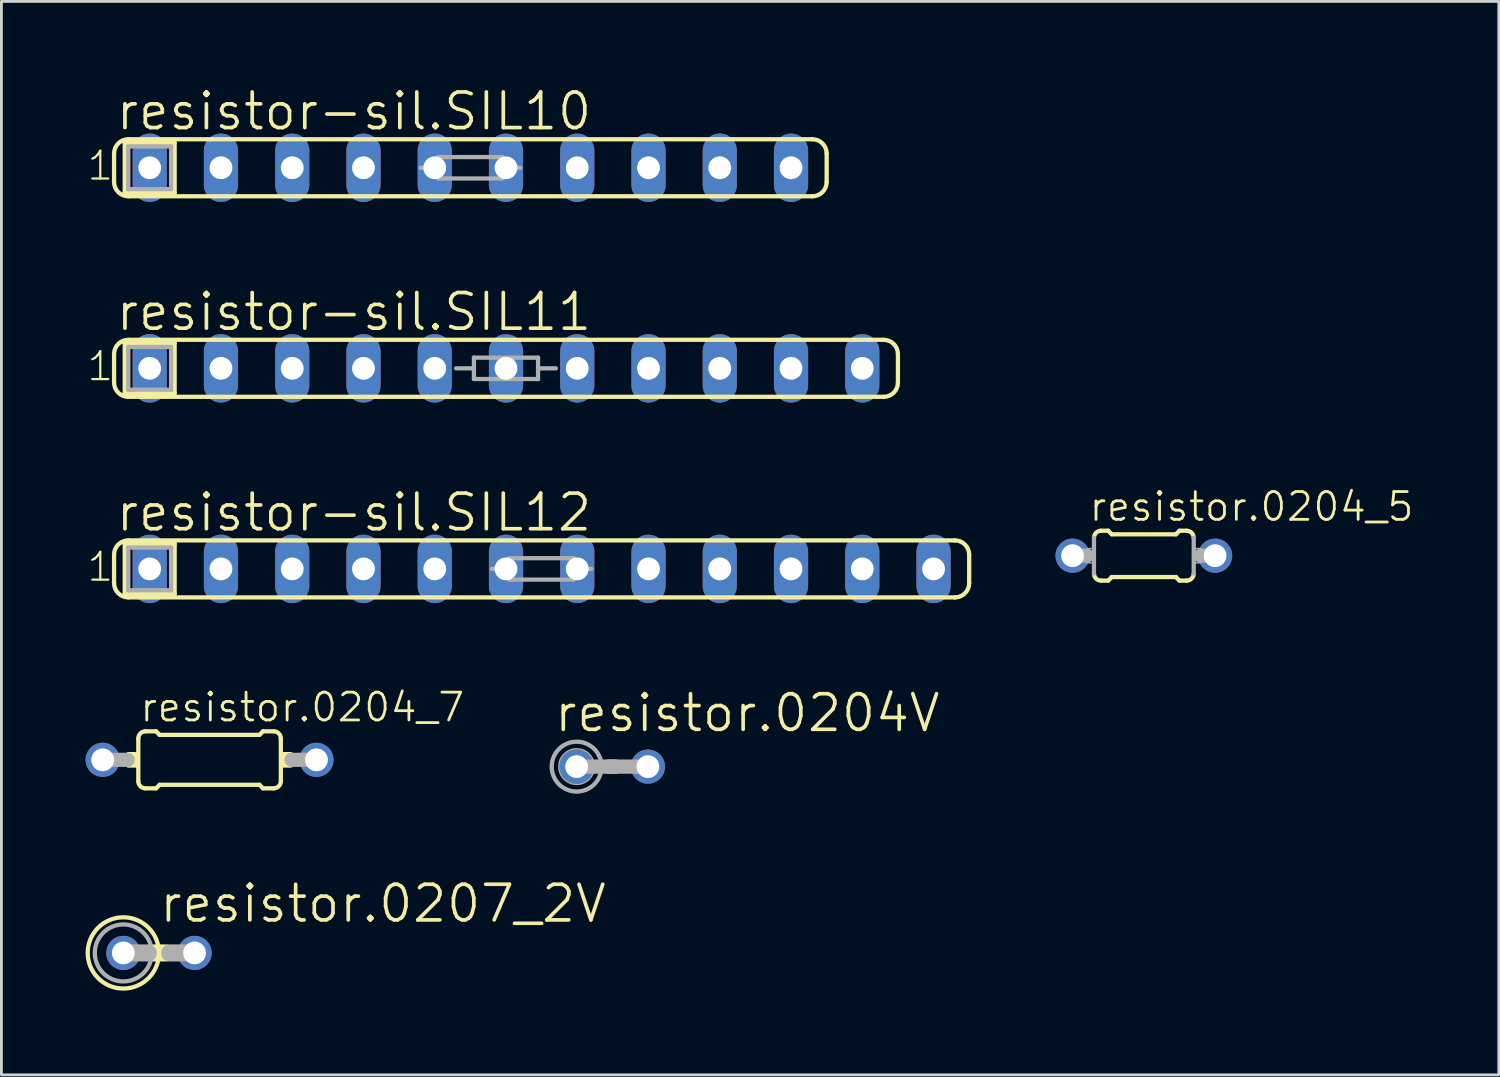
<source format=kicad_pcb>
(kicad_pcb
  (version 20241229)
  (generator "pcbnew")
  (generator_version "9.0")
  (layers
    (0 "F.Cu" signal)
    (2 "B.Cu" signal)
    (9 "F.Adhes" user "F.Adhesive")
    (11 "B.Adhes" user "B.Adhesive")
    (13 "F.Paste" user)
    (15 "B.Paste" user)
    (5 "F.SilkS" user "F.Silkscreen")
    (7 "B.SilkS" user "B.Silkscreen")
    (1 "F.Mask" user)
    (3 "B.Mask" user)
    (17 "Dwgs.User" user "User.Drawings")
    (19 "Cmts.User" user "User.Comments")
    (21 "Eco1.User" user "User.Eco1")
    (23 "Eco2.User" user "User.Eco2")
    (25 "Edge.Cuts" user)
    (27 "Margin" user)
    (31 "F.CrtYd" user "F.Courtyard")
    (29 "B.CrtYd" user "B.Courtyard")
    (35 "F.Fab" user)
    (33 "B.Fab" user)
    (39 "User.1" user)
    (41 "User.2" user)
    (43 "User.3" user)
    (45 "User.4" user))
  (footprint "resistor.0204V"
    (layer "F.Cu")
    (at 18.774 24.276)
    (property "Reference" "resistor.0204V" (at -2.134 -1.168 0) (layer "F.SilkS") (effects (font (size 1.27 1.27) (thickness 0.13)) (justify left bottom)))
    (attr through_hole)
    (fp_line (start -0.127 0) (end 0.127 0) (stroke (width 0.508) (type default)) (layer "F.SilkS"))
    (fp_line (start -1.27 0) (end 1.27 0) (stroke (width 0.508) (type default)) (layer "F.Fab"))
    (fp_circle (center -1.27 0) (end -0.635 0) (stroke (width 0.051) (type default)) (fill no) (layer "F.Fab"))
    (fp_circle (center -1.27 0) (end -0.381 0) (stroke (width 0.152) (type default)) (fill no) (layer "F.Fab"))
    (pad "1" thru_hole circle (at -1.27 0) (size 1.219 1.219) (drill 0.813) (layers "*.Cu" "*.Mask"))
    (pad "2" thru_hole circle (at 1.27 0) (size 1.219 1.219) (drill 0.813) (layers "*.Cu" "*.Mask")))
  (footprint "resistor-sil.SIL10"
    (layer "F.Cu")
    (at 13.716 2.93)
    (property "Reference" "resistor-sil.SIL10" (at -12.7 -1.27 0) (layer "F.SilkS") (effects (font (size 1.27 1.27) (thickness 0.13)) (justify left bottom)))
    (attr through_hole)
    (fp_line (start -12.7 0.508) (end -12.7 -0.508) (stroke (width 0.152) (type default)) (layer "F.SilkS"))
    (fp_line (start -12.319 -0.889) (end -10.541 -0.889) (stroke (width 0.152) (type default)) (layer "F.SilkS"))
    (fp_line (start -12.319 0.889) (end -12.319 -0.889) (stroke (width 0.152) (type default)) (layer "F.SilkS"))
    (fp_line (start -12.192 1.016) (end 12.192 1.016) (stroke (width 0.152) (type default)) (layer "F.SilkS"))
    (fp_line (start -10.541 -0.889) (end -10.541 0.889) (stroke (width 0.152) (type default)) (layer "F.SilkS"))
    (fp_line (start -10.541 0.889) (end -12.319 0.889) (stroke (width 0.152) (type default)) (layer "F.SilkS"))
    (fp_line (start 12.192 -1.016) (end -12.192 -1.016) (stroke (width 0.152) (type default)) (layer "F.SilkS"))
    (fp_line (start 12.7 -0.508) (end 12.7 0.508) (stroke (width 0.152) (type default)) (layer "F.SilkS"))
    (fp_arc (start -12.7 -0.508) (mid -12.55121 -0.86721) (end -12.192 -1.016) (stroke (width 0.1524) (type default)) (layer "F.SilkS"))
    (fp_arc (start -12.192 1.016) (mid -12.55121 0.86721) (end -12.7 0.508) (stroke (width 0.1524) (type default)) (layer "F.SilkS"))
    (fp_arc (start 12.192 -1.016) (mid 12.55121 -0.86721) (end 12.7 -0.508) (stroke (width 0.1524) (type default)) (layer "F.SilkS"))
    (fp_arc (start 12.7 0.508) (mid 12.55121 0.86721) (end 12.192 1.016) (stroke (width 0.1524) (type default)) (layer "F.SilkS"))
    (fp_line (start -12.192 -0.762) (end -10.668 -0.762) (stroke (width 0.152) (type default)) (layer "F.Fab"))
    (fp_line (start -12.192 0.762) (end -12.192 -0.762) (stroke (width 0.152) (type default)) (layer "F.Fab"))
    (fp_line (start -10.668 -0.762) (end -10.668 0.762) (stroke (width 0.152) (type default)) (layer "F.Fab"))
    (fp_line (start -10.668 0.762) (end -12.192 0.762) (stroke (width 0.152) (type default)) (layer "F.Fab"))
    (fp_line (start -1.778 0) (end -1.143 0) (stroke (width 0.152) (type default)) (layer "F.Fab"))
    (fp_line (start -1.143 -0.381) (end 1.143 -0.381) (stroke (width 0.152) (type default)) (layer "F.Fab"))
    (fp_line (start -1.143 0) (end -1.143 -0.381) (stroke (width 0.152) (type default)) (layer "F.Fab"))
    (fp_line (start -1.143 0.381) (end -1.143 0) (stroke (width 0.152) (type default)) (layer "F.Fab"))
    (fp_line (start 1.143 -0.381) (end 1.143 0) (stroke (width 0.152) (type default)) (layer "F.Fab"))
    (fp_line (start 1.143 0) (end 1.143 0.381) (stroke (width 0.152) (type default)) (layer "F.Fab"))
    (fp_line (start 1.143 0.381) (end -1.143 0.381) (stroke (width 0.152) (type default)) (layer "F.Fab"))
    (fp_line (start 1.778 0) (end 1.143 0) (stroke (width 0.152) (type default)) (layer "F.Fab"))
    (fp_text user "1" (at -13.716 0.508 0) (layer "F.SilkS") (effects (font (size 0.991 0.991) (thickness 0.08)) (justify left bottom)))
    (pad "1" thru_hole oval (at -11.43 0 90) (size 2.438 1.219) (drill 0.813) (layers "*.Cu" "*.Mask"))
    (pad "2" thru_hole oval (at -8.89 0 90) (size 2.438 1.219) (drill 0.813) (layers "*.Cu" "*.Mask"))
    (pad "3" thru_hole oval (at -6.35 0 90) (size 2.438 1.219) (drill 0.813) (layers "*.Cu" "*.Mask"))
    (pad "4" thru_hole oval (at -3.81 0 90) (size 2.438 1.219) (drill 0.813) (layers "*.Cu" "*.Mask"))
    (pad "5" thru_hole oval (at -1.27 0 90) (size 2.438 1.219) (drill 0.813) (layers "*.Cu" "*.Mask"))
    (pad "6" thru_hole oval (at 1.27 0 90) (size 2.438 1.219) (drill 0.813) (layers "*.Cu" "*.Mask"))
    (pad "7" thru_hole oval (at 3.81 0 90) (size 2.438 1.219) (drill 0.813) (layers "*.Cu" "*.Mask"))
    (pad "8" thru_hole oval (at 6.35 0 90) (size 2.438 1.219) (drill 0.813) (layers "*.Cu" "*.Mask"))
    (pad "9" thru_hole oval (at 8.89 0 90) (size 2.438 1.219) (drill 0.813) (layers "*.Cu" "*.Mask"))
    (pad "10" thru_hole oval (at 11.43 0 90) (size 2.438 1.219) (drill 0.813) (layers "*.Cu" "*.Mask")))
  (footprint "resistor.0204_7"
    (layer "F.Cu")
    (at 4.42 24.034)
    (property "Reference" "resistor.0204_7" (at -2.54 -1.295 0) (layer "F.SilkS") (effects (font (size 0.991 0.991) (thickness 0.1)) (justify left bottom)))
    (attr through_hole)
    (fp_line (start -2.54 0.762) (end -2.54 -0.762) (stroke (width 0.152) (type default)) (layer "F.SilkS"))
    (fp_line (start -2.286 -1.016) (end -1.905 -1.016) (stroke (width 0.152) (type default)) (layer "F.SilkS"))
    (fp_line (start -2.286 1.016) (end -1.905 1.016) (stroke (width 0.152) (type default)) (layer "F.SilkS"))
    (fp_line (start -1.778 -0.889) (end -1.905 -1.016) (stroke (width 0.152) (type default)) (layer "F.SilkS"))
    (fp_line (start -1.778 0.889) (end -1.905 1.016) (stroke (width 0.152) (type default)) (layer "F.SilkS"))
    (fp_line (start 1.778 -0.889) (end -1.778 -0.889) (stroke (width 0.152) (type default)) (layer "F.SilkS"))
    (fp_line (start 1.778 -0.889) (end 1.905 -1.016) (stroke (width 0.152) (type default)) (layer "F.SilkS"))
    (fp_line (start 1.778 0.889) (end -1.778 0.889) (stroke (width 0.152) (type default)) (layer "F.SilkS"))
    (fp_line (start 1.778 0.889) (end 1.905 1.016) (stroke (width 0.152) (type default)) (layer "F.SilkS"))
    (fp_line (start 2.286 -1.016) (end 1.905 -1.016) (stroke (width 0.152) (type default)) (layer "F.SilkS"))
    (fp_line (start 2.286 1.016) (end 1.905 1.016) (stroke (width 0.152) (type default)) (layer "F.SilkS"))
    (fp_line (start 2.54 0.762) (end 2.54 -0.762) (stroke (width 0.152) (type default)) (layer "F.SilkS"))
    (fp_rect (start -2.921 0.254) (end -2.54 -0.254) (stroke (width 0.05) (type default)) (fill yes) (layer "F.SilkS"))
    (fp_rect (start 2.54 0.254) (end 2.921 -0.254) (stroke (width 0.05) (type default)) (fill yes) (layer "F.SilkS"))
    (fp_arc (start -2.54 -0.762) (mid -2.465605 -0.941605) (end -2.286 -1.016) (stroke (width 0.1524) (type default)) (layer "F.SilkS"))
    (fp_arc (start -2.286 1.016) (mid -2.465605 0.941605) (end -2.54 0.762) (stroke (width 0.1524) (type default)) (layer "F.SilkS"))
    (fp_arc (start 2.286 -1.016) (mid 2.465605 -0.941605) (end 2.54 -0.762) (stroke (width 0.1524) (type default)) (layer "F.SilkS"))
    (fp_arc (start 2.54 0.762) (mid 2.465605 0.941605) (end 2.286 1.016) (stroke (width 0.1524) (type default)) (layer "F.SilkS"))
    (fp_line (start -3.81 0) (end -2.921 0) (stroke (width 0.508) (type default)) (layer "F.Fab"))
    (fp_line (start 3.81 0) (end 2.921 0) (stroke (width 0.508) (type default)) (layer "F.Fab"))
    (pad "1" thru_hole circle (at -3.81 0) (size 1.219 1.219) (drill 0.813) (layers "*.Cu" "*.Mask"))
    (pad "2" thru_hole circle (at 3.81 0) (size 1.219 1.219) (drill 0.813) (layers "*.Cu" "*.Mask")))
  (footprint "resistor-sil.SIL12"
    (layer "F.Cu")
    (at 16.256 17.228)
    (property "Reference" "resistor-sil.SIL12" (at -15.24 -1.27 0) (layer "F.SilkS") (effects (font (size 1.27 1.27) (thickness 0.13)) (justify left bottom)))
    (attr through_hole)
    (fp_line (start -15.24 0.508) (end -15.24 -0.508) (stroke (width 0.152) (type default)) (layer "F.SilkS"))
    (fp_line (start -14.859 -0.889) (end -13.081 -0.889) (stroke (width 0.152) (type default)) (layer "F.SilkS"))
    (fp_line (start -14.859 0.889) (end -14.859 -0.889) (stroke (width 0.152) (type default)) (layer "F.SilkS"))
    (fp_line (start -14.732 1.016) (end 14.732 1.016) (stroke (width 0.152) (type default)) (layer "F.SilkS"))
    (fp_line (start -13.081 -0.889) (end -13.081 0.889) (stroke (width 0.152) (type default)) (layer "F.SilkS"))
    (fp_line (start -13.081 0.889) (end -14.859 0.889) (stroke (width 0.152) (type default)) (layer "F.SilkS"))
    (fp_line (start 14.732 -1.016) (end -14.732 -1.016) (stroke (width 0.152) (type default)) (layer "F.SilkS"))
    (fp_line (start 15.24 -0.508) (end 15.24 0.508) (stroke (width 0.152) (type default)) (layer "F.SilkS"))
    (fp_arc (start -15.24 -0.508) (mid -15.09121 -0.86721) (end -14.732 -1.016) (stroke (width 0.1524) (type default)) (layer "F.SilkS"))
    (fp_arc (start -14.732 1.016) (mid -15.09121 0.86721) (end -15.24 0.508) (stroke (width 0.1524) (type default)) (layer "F.SilkS"))
    (fp_arc (start 14.732 -1.016) (mid 15.09121 -0.86721) (end 15.24 -0.508) (stroke (width 0.1524) (type default)) (layer "F.SilkS"))
    (fp_arc (start 15.24 0.508) (mid 15.09121 0.86721) (end 14.732 1.016) (stroke (width 0.1524) (type default)) (layer "F.SilkS"))
    (fp_line (start -14.732 -0.762) (end -13.208 -0.762) (stroke (width 0.152) (type default)) (layer "F.Fab"))
    (fp_line (start -14.732 0.762) (end -14.732 -0.762) (stroke (width 0.152) (type default)) (layer "F.Fab"))
    (fp_line (start -13.208 -0.762) (end -13.208 0.762) (stroke (width 0.152) (type default)) (layer "F.Fab"))
    (fp_line (start -13.208 0.762) (end -14.732 0.762) (stroke (width 0.152) (type default)) (layer "F.Fab"))
    (fp_line (start -1.778 0) (end -1.143 0) (stroke (width 0.152) (type default)) (layer "F.Fab"))
    (fp_line (start -1.143 -0.381) (end 1.143 -0.381) (stroke (width 0.152) (type default)) (layer "F.Fab"))
    (fp_line (start -1.143 0) (end -1.143 -0.381) (stroke (width 0.152) (type default)) (layer "F.Fab"))
    (fp_line (start -1.143 0.381) (end -1.143 0) (stroke (width 0.152) (type default)) (layer "F.Fab"))
    (fp_line (start 1.143 -0.381) (end 1.143 0) (stroke (width 0.152) (type default)) (layer "F.Fab"))
    (fp_line (start 1.143 0) (end 1.143 0.381) (stroke (width 0.152) (type default)) (layer "F.Fab"))
    (fp_line (start 1.143 0.381) (end -1.143 0.381) (stroke (width 0.152) (type default)) (layer "F.Fab"))
    (fp_line (start 1.778 0) (end 1.143 0) (stroke (width 0.152) (type default)) (layer "F.Fab"))
    (fp_text user "1" (at -16.256 0.508 0) (layer "F.SilkS") (effects (font (size 0.991 0.991) (thickness 0.08)) (justify left bottom)))
    (pad "1" thru_hole oval (at -13.97 0 90) (size 2.438 1.219) (drill 0.813) (layers "*.Cu" "*.Mask"))
    (pad "2" thru_hole oval (at -11.43 0 90) (size 2.438 1.219) (drill 0.813) (layers "*.Cu" "*.Mask"))
    (pad "3" thru_hole oval (at -8.89 0 90) (size 2.438 1.219) (drill 0.813) (layers "*.Cu" "*.Mask"))
    (pad "4" thru_hole oval (at -6.35 0 90) (size 2.438 1.219) (drill 0.813) (layers "*.Cu" "*.Mask"))
    (pad "5" thru_hole oval (at -3.81 0 90) (size 2.438 1.219) (drill 0.813) (layers "*.Cu" "*.Mask"))
    (pad "6" thru_hole oval (at -1.27 0 90) (size 2.438 1.219) (drill 0.813) (layers "*.Cu" "*.Mask"))
    (pad "7" thru_hole oval (at 1.27 0 90) (size 2.438 1.219) (drill 0.813) (layers "*.Cu" "*.Mask"))
    (pad "8" thru_hole oval (at 3.81 0 90) (size 2.438 1.219) (drill 0.813) (layers "*.Cu" "*.Mask"))
    (pad "9" thru_hole oval (at 6.35 0 90) (size 2.438 1.219) (drill 0.813) (layers "*.Cu" "*.Mask"))
    (pad "10" thru_hole oval (at 8.89 0 90) (size 2.438 1.219) (drill 0.813) (layers "*.Cu" "*.Mask"))
    (pad "11" thru_hole oval (at 11.43 0 90) (size 2.438 1.219) (drill 0.813) (layers "*.Cu" "*.Mask"))
    (pad "12" thru_hole oval (at 13.97 0 90) (size 2.438 1.219) (drill 0.813) (layers "*.Cu" "*.Mask")))
  (footprint "resistor.0204_5"
    (layer "F.Cu")
    (at 37.722 16.757)
    (property "Reference" "resistor.0204_5" (at -2.007 -1.168 0) (layer "F.SilkS") (effects (font (size 0.991 0.991) (thickness 0.1)) (justify left bottom)))
    (attr through_hole)
    (fp_line (start -1.524 -0.889) (end -1.27 -0.889) (stroke (width 0.152) (type default)) (layer "F.SilkS"))
    (fp_line (start -1.524 0.889) (end -1.27 0.889) (stroke (width 0.152) (type default)) (layer "F.SilkS"))
    (fp_line (start -1.143 -0.762) (end -1.27 -0.889) (stroke (width 0.152) (type default)) (layer "F.SilkS"))
    (fp_line (start -1.143 0.762) (end -1.27 0.889) (stroke (width 0.152) (type default)) (layer "F.SilkS"))
    (fp_line (start 1.143 -0.762) (end -1.143 -0.762) (stroke (width 0.152) (type default)) (layer "F.SilkS"))
    (fp_line (start 1.143 -0.762) (end 1.27 -0.889) (stroke (width 0.152) (type default)) (layer "F.SilkS"))
    (fp_line (start 1.143 0.762) (end -1.143 0.762) (stroke (width 0.152) (type default)) (layer "F.SilkS"))
    (fp_line (start 1.143 0.762) (end 1.27 0.889) (stroke (width 0.152) (type default)) (layer "F.SilkS"))
    (fp_line (start 1.524 -0.889) (end 1.27 -0.889) (stroke (width 0.152) (type default)) (layer "F.SilkS"))
    (fp_line (start 1.524 0.889) (end 1.27 0.889) (stroke (width 0.152) (type default)) (layer "F.SilkS"))
    (fp_arc (start -1.778 -0.635) (mid -1.703605 -0.814605) (end -1.524 -0.889) (stroke (width 0.1524) (type default)) (layer "F.SilkS"))
    (fp_arc (start -1.524 0.889) (mid -1.703605 0.814605) (end -1.778 0.635) (stroke (width 0.1524) (type default)) (layer "F.SilkS"))
    (fp_arc (start 1.524 -0.889) (mid 1.703605 -0.814605) (end 1.778 -0.635) (stroke (width 0.1524) (type default)) (layer "F.SilkS"))
    (fp_arc (start 1.778 0.635) (mid 1.703605 0.814605) (end 1.524 0.889) (stroke (width 0.1524) (type default)) (layer "F.SilkS"))
    (fp_line (start -2.54 0) (end -2.032 0) (stroke (width 0.508) (type default)) (layer "F.Fab"))
    (fp_line (start -1.778 0.635) (end -1.778 -0.635) (stroke (width 0.152) (type default)) (layer "F.Fab"))
    (fp_line (start 1.778 0.635) (end 1.778 -0.635) (stroke (width 0.152) (type default)) (layer "F.Fab"))
    (fp_line (start 2.54 0) (end 2.032 0) (stroke (width 0.508) (type default)) (layer "F.Fab"))
    (fp_rect (start -2.032 0.254) (end -1.778 -0.254) (stroke (width 0.05) (type default)) (fill no) (layer "F.Fab"))
    (fp_rect (start 1.778 0.254) (end 2.032 -0.254) (stroke (width 0.05) (type default)) (fill no) (layer "F.Fab"))
    (pad "1" thru_hole circle (at -2.54 0) (size 1.219 1.219) (drill 0.813) (layers "*.Cu" "*.Mask"))
    (pad "2" thru_hole circle (at 2.54 0) (size 1.219 1.219) (drill 0.813) (layers "*.Cu" "*.Mask")))
  (footprint "resistor.0207_2V"
    (layer "F.Cu")
    (at 2.616 30.917)
    (property "Reference" "resistor.0207_2V" (at -0.051 -1.016 0) (layer "F.SilkS") (effects (font (size 1.27 1.27) (thickness 0.13)) (justify left bottom)))
    (attr through_hole)
    (fp_line (start -0.254 0) (end 0.254 0) (stroke (width 0.61) (type default)) (layer "F.SilkS"))
    (fp_circle (center -1.27 0) (end 0 0) (stroke (width 0.152) (type default)) (fill no) (layer "F.SilkS"))
    (fp_line (start -1.27 0) (end -0.381 0) (stroke (width 0.61) (type default)) (layer "F.Fab"))
    (fp_line (start 0.381 0) (end 1.27 0) (stroke (width 0.61) (type default)) (layer "F.Fab"))
    (fp_circle (center -1.27 0) (end -0.254 0) (stroke (width 0.152) (type default)) (fill no) (layer "F.Fab"))
    (pad "1" thru_hole circle (at -1.27 0) (size 1.219 1.219) (drill 0.813) (layers "*.Cu" "*.Mask"))
    (pad "2" thru_hole circle (at 1.27 0) (size 1.219 1.219) (drill 0.813) (layers "*.Cu" "*.Mask")))
  (footprint "resistor-sil.SIL11"
    (layer "F.Cu")
    (at 14.986 10.079)
    (property "Reference" "resistor-sil.SIL11" (at -13.97 -1.27 0) (layer "F.SilkS") (effects (font (size 1.27 1.27) (thickness 0.13)) (justify left bottom)))
    (attr through_hole)
    (fp_line (start -13.97 0.508) (end -13.97 -0.508) (stroke (width 0.152) (type default)) (layer "F.SilkS"))
    (fp_line (start -13.589 -0.889) (end -11.811 -0.889) (stroke (width 0.152) (type default)) (layer "F.SilkS"))
    (fp_line (start -13.589 0.889) (end -13.589 -0.889) (stroke (width 0.152) (type default)) (layer "F.SilkS"))
    (fp_line (start -13.462 1.016) (end 13.462 1.016) (stroke (width 0.152) (type default)) (layer "F.SilkS"))
    (fp_line (start -11.811 -0.889) (end -11.811 0.889) (stroke (width 0.152) (type default)) (layer "F.SilkS"))
    (fp_line (start -11.811 0.889) (end -13.589 0.889) (stroke (width 0.152) (type default)) (layer "F.SilkS"))
    (fp_line (start 13.462 -1.016) (end -13.462 -1.016) (stroke (width 0.152) (type default)) (layer "F.SilkS"))
    (fp_line (start 13.97 -0.508) (end 13.97 0.508) (stroke (width 0.152) (type default)) (layer "F.SilkS"))
    (fp_arc (start -13.97 -0.508) (mid -13.82121 -0.86721) (end -13.462 -1.016) (stroke (width 0.1524) (type default)) (layer "F.SilkS"))
    (fp_arc (start -13.462 1.016) (mid -13.82121 0.86721) (end -13.97 0.508) (stroke (width 0.1524) (type default)) (layer "F.SilkS"))
    (fp_arc (start 13.462 -1.016) (mid 13.82121 -0.86721) (end 13.97 -0.508) (stroke (width 0.1524) (type default)) (layer "F.SilkS"))
    (fp_arc (start 13.97 0.508) (mid 13.82121 0.86721) (end 13.462 1.016) (stroke (width 0.1524) (type default)) (layer "F.SilkS"))
    (fp_line (start -13.462 -0.762) (end -11.938 -0.762) (stroke (width 0.152) (type default)) (layer "F.Fab"))
    (fp_line (start -13.462 0.762) (end -13.462 -0.762) (stroke (width 0.152) (type default)) (layer "F.Fab"))
    (fp_line (start -11.938 -0.762) (end -11.938 0.762) (stroke (width 0.152) (type default)) (layer "F.Fab"))
    (fp_line (start -11.938 0.762) (end -13.462 0.762) (stroke (width 0.152) (type default)) (layer "F.Fab"))
    (fp_line (start -1.778 0) (end -1.143 0) (stroke (width 0.152) (type default)) (layer "F.Fab"))
    (fp_line (start -1.143 -0.381) (end 1.143 -0.381) (stroke (width 0.152) (type default)) (layer "F.Fab"))
    (fp_line (start -1.143 0) (end -1.143 -0.381) (stroke (width 0.152) (type default)) (layer "F.Fab"))
    (fp_line (start -1.143 0.381) (end -1.143 0) (stroke (width 0.152) (type default)) (layer "F.Fab"))
    (fp_line (start 1.143 -0.381) (end 1.143 0) (stroke (width 0.152) (type default)) (layer "F.Fab"))
    (fp_line (start 1.143 0) (end 1.143 0.381) (stroke (width 0.152) (type default)) (layer "F.Fab"))
    (fp_line (start 1.143 0.381) (end -1.143 0.381) (stroke (width 0.152) (type default)) (layer "F.Fab"))
    (fp_line (start 1.778 0) (end 1.143 0) (stroke (width 0.152) (type default)) (layer "F.Fab"))
    (fp_text user "1" (at -14.986 0.508 0) (layer "F.SilkS") (effects (font (size 0.991 0.991) (thickness 0.08)) (justify left bottom)))
    (pad "1" thru_hole oval (at -12.7 0 90) (size 2.438 1.219) (drill 0.813) (layers "*.Cu" "*.Mask"))
    (pad "2" thru_hole oval (at -10.16 0 90) (size 2.438 1.219) (drill 0.813) (layers "*.Cu" "*.Mask"))
    (pad "3" thru_hole oval (at -7.62 0 90) (size 2.438 1.219) (drill 0.813) (layers "*.Cu" "*.Mask"))
    (pad "4" thru_hole oval (at -5.08 0 90) (size 2.438 1.219) (drill 0.813) (layers "*.Cu" "*.Mask"))
    (pad "5" thru_hole oval (at -2.54 0 90) (size 2.438 1.219) (drill 0.813) (layers "*.Cu" "*.Mask"))
    (pad "6" thru_hole oval (at 0 0 90) (size 2.438 1.219) (drill 0.813) (layers "*.Cu" "*.Mask"))
    (pad "7" thru_hole oval (at 2.54 0 90) (size 2.438 1.219) (drill 0.813) (layers "*.Cu" "*.Mask"))
    (pad "8" thru_hole oval (at 5.08 0 90) (size 2.438 1.219) (drill 0.813) (layers "*.Cu" "*.Mask"))
    (pad "9" thru_hole oval (at 7.62 0 90) (size 2.438 1.219) (drill 0.813) (layers "*.Cu" "*.Mask"))
    (pad "10" thru_hole oval (at 10.16 0 90) (size 2.438 1.219) (drill 0.813) (layers "*.Cu" "*.Mask"))
    (pad "11" thru_hole oval (at 12.7 0 90) (size 2.438 1.219) (drill 0.813) (layers "*.Cu" "*.Mask")))
  (gr_rect
    (start -3 -3)
    (end 50.374 35.263)
    (stroke (width 0.1) (type default))
    (fill no)
    (layer "Edge.Cuts")))
</source>
